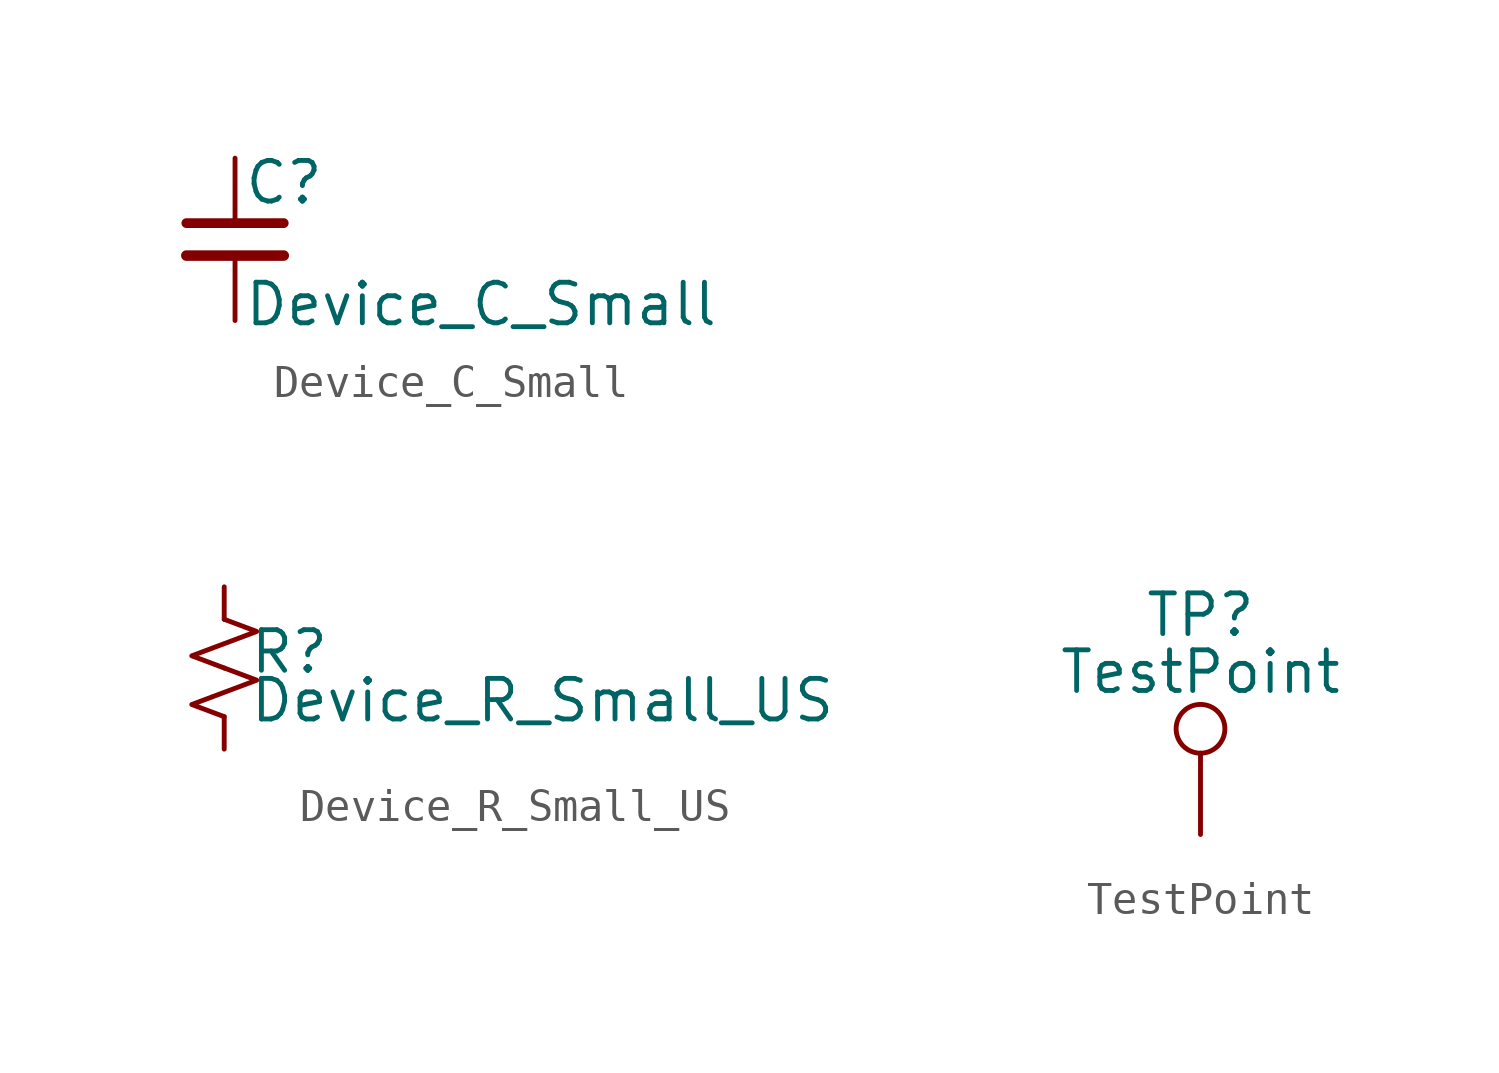
<source format=kicad_sym>
(kicad_symbol_lib
  (version 20210619)
  (generator kicad_symbol_editor)
  (symbol "stepper_motor_analyzer:Device_C_Small"
    (pin_numbers hide)
    (pin_names
      (offset 0.254) hide)
    (property "Reference" "C"
      (at 0.254 1.778 0)
      (effects (font (size 1.27 1.27)) (justify left)))
    (property "Value" "Device_C_Small"
      (at 0.254 -2.032 0)
      (effects (font (size 1.27 1.27)) (justify left)))
    (symbol "Device_C_Small_0_1"
      (polyline (pts (xy -1.524 -0.508) (xy 1.524 -0.508)) (stroke (width 0.33)) (fill (type none)))
      (polyline (pts (xy -1.524 0.508) (xy 1.524 0.508)) (stroke (width 0.305)) (fill (type none))))
    (symbol "Device_C_Small_1_1"
      (pin passive line (at 0 2.54 270) (length 2.032) (name "~" (effects (font (size 1.27 1.27)))) (number "1" (effects (font (size 1.27 1.27)))))
      (pin passive line (at 0 -2.54 90) (length 2.032) (name "~" (effects (font (size 1.27 1.27)))) (number "2" (effects (font (size 1.27 1.27)))))))
  (symbol "stepper_motor_analyzer:Device_R_Small_US"
    (pin_numbers hide)
    (pin_names
      (offset 0.254) hide)
    (property "Reference" "R"
      (at 0.762 0.508 0)
      (effects (font (size 1.27 1.27)) (justify left)))
    (property "Value" "Device_R_Small_US"
      (at 0.762 -1.016 0)
      (effects (font (size 1.27 1.27)) (justify left)))
    (symbol "Device_R_Small_US_1_1"
      (polyline (pts (xy 0 0) (xy 1.016 -0.381) (xy 0 -0.762) (xy -1.016 -1.143) (xy 0 -1.524)) (stroke (width 0)) (fill (type none)))
      (polyline (pts (xy 0 1.524) (xy 1.016 1.143) (xy 0 0.762) (xy -1.016 0.381) (xy 0 0)) (stroke (width 0)) (fill (type none)))
      (pin passive line (at 0 2.54 270) (length 1.016) (name "~" (effects (font (size 1.27 1.27)))) (number "1" (effects (font (size 1.27 1.27)))))
      (pin passive line (at 0 -2.54 90) (length 1.016) (name "~" (effects (font (size 1.27 1.27)))) (number "2" (effects (font (size 1.27 1.27)))))))
  (symbol "stepper_motor_analyzer:TestPoint"
    (pin_numbers hide)
    (pin_names
      (offset 0.762) hide)
    (property "Reference" "TP"
      (at 0 6.858 0)
      (effects (font (size 1.27 1.27))))
    (property "Value" "TestPoint"
      (at 0 5.08 0)
      (effects (font (size 1.27 1.27))))
    (symbol "TestPoint_0_1"
      (circle (center 0 3.302) (radius 0.762) (stroke (width 0)) (fill (type none))))
    (symbol "TestPoint_1_1"
      (pin passive line (at 0 0 90) (length 2.54) (name "1" (effects (font (size 1.27 1.27)))) (number "1" (effects (font (size 1.27 1.27))))))))
</source>
